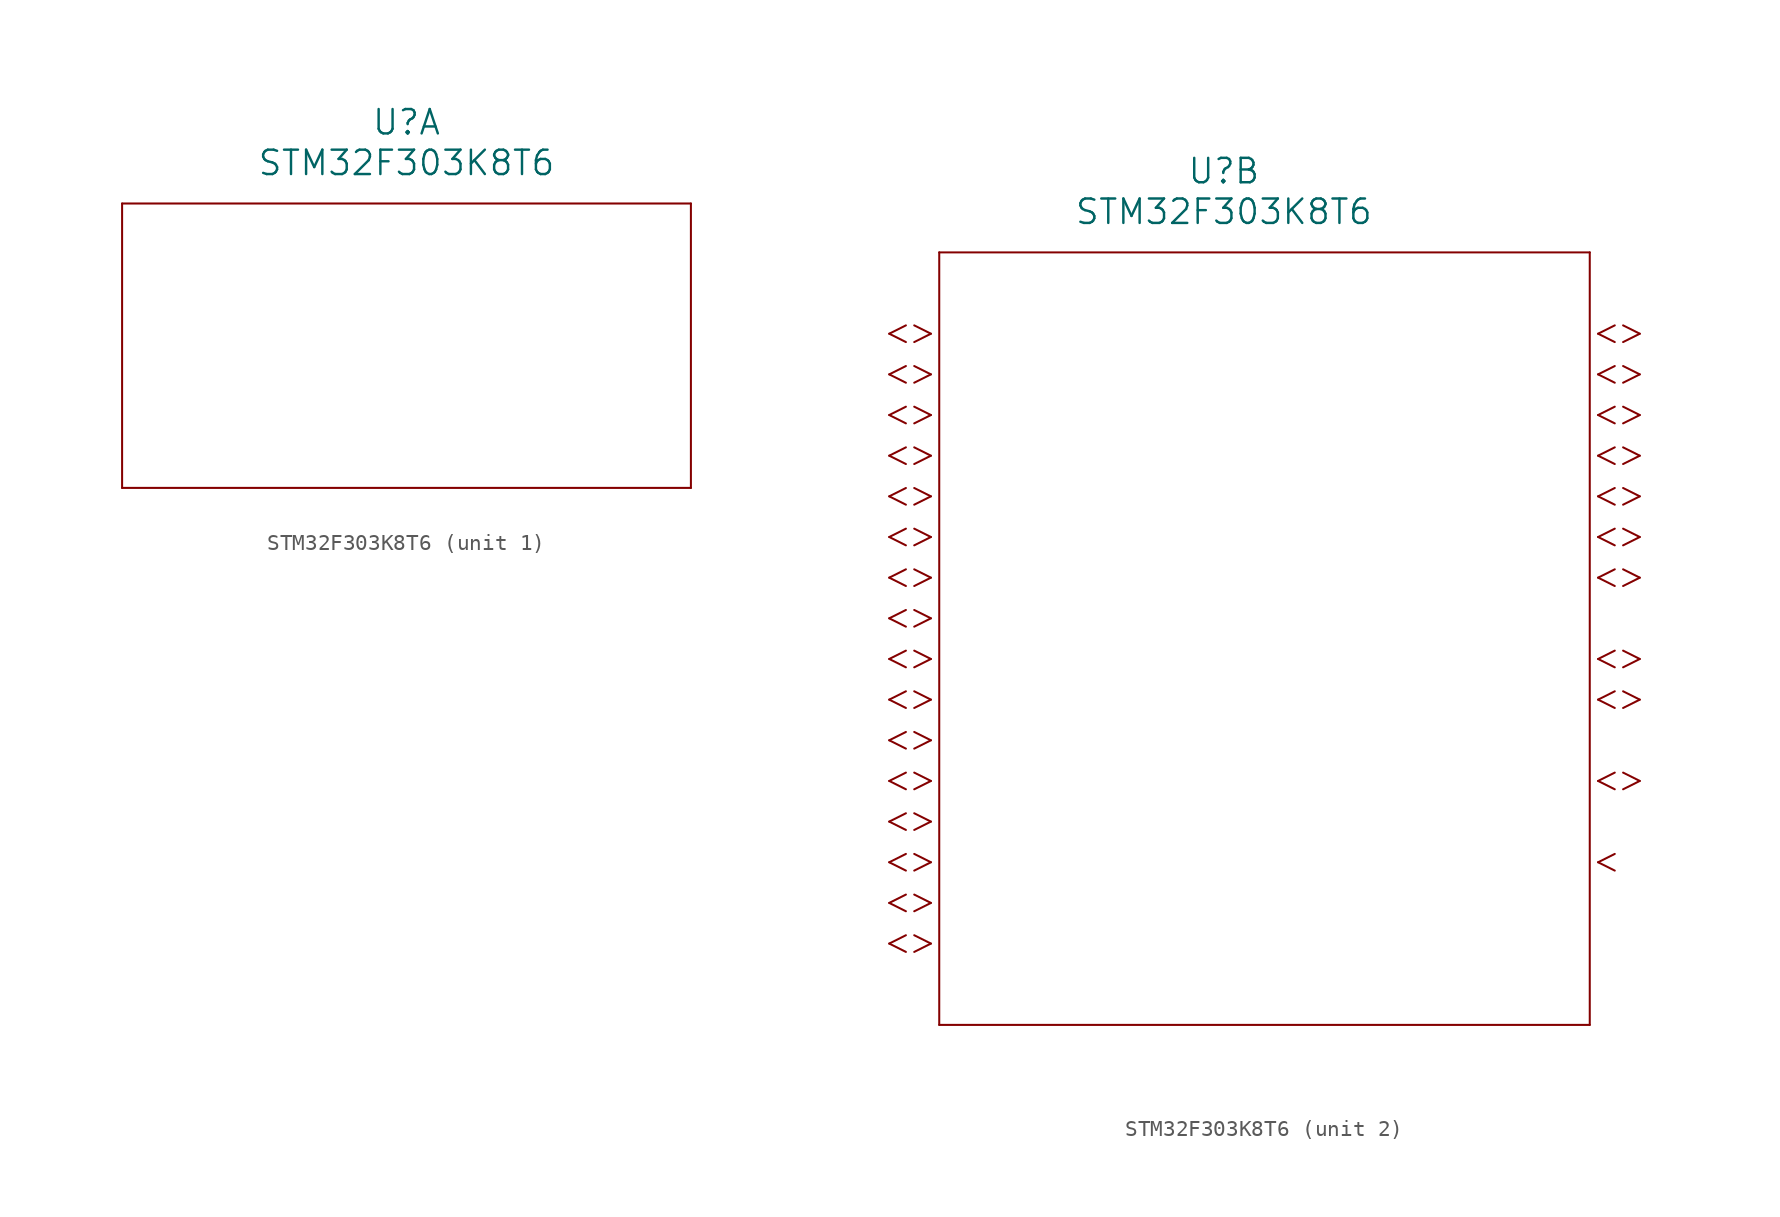
<source format=kicad_sym>
(kicad_symbol_lib
  (version 20211014)
  (generator kicad_symbol_editor)
  (symbol "STM32F303K8T6"
    (pin_names
      (offset 0.254))
    (property "Reference" "U"
      (at 25.4 10.16 0)
      (effects (font (size 1.524 1.524))))
    (property "Value" "STM32F303K8T6"
      (at 25.4 7.62 0)
      (effects (font (size 1.524 1.524))))
    (symbol "STM32F303K8T6_1_1"
      (polyline (pts (xy 7.62 5.08) (xy 7.62 -12.7)) (stroke (width 0.127) (type default) (color 0 0 0 0)) (fill (type none)))
      (polyline (pts (xy 7.62 -12.7) (xy 43.18 -12.7)) (stroke (width 0.127) (type default) (color 0 0 0 0)) (fill (type none)))
      (polyline (pts (xy 43.18 -12.7) (xy 43.18 5.08)) (stroke (width 0.127) (type default) (color 0 0 0 0)) (fill (type none)))
      (polyline (pts (xy 43.18 5.08) (xy 7.62 5.08)) (stroke (width 0.127) (type default) (color 0 0 0 0)) (fill (type none))))
    (symbol "STM32F303K8T6_2_1"
      (polyline (pts (xy 7.099 0) (xy 6.058 0.521)) (stroke (width 0.127) (type default) (color 0 0 0 0)) (fill (type none)))
      (polyline (pts (xy 7.099 0) (xy 6.058 -0.521)) (stroke (width 0.127) (type default) (color 0 0 0 0)) (fill (type none)))
      (polyline (pts (xy 5.537 0.521) (xy 4.496 0)) (stroke (width 0.127) (type default) (color 0 0 0 0)) (fill (type none)))
      (polyline (pts (xy 5.537 -0.521) (xy 4.496 0)) (stroke (width 0.127) (type default) (color 0 0 0 0)) (fill (type none)))
      (polyline (pts (xy 7.099 -2.54) (xy 6.058 -2.019)) (stroke (width 0.127) (type default) (color 0 0 0 0)) (fill (type none)))
      (polyline (pts (xy 7.099 -2.54) (xy 6.058 -3.061)) (stroke (width 0.127) (type default) (color 0 0 0 0)) (fill (type none)))
      (polyline (pts (xy 5.537 -2.019) (xy 4.496 -2.54)) (stroke (width 0.127) (type default) (color 0 0 0 0)) (fill (type none)))
      (polyline (pts (xy 5.537 -3.061) (xy 4.496 -2.54)) (stroke (width 0.127) (type default) (color 0 0 0 0)) (fill (type none)))
      (polyline (pts (xy 7.099 -5.08) (xy 6.058 -4.559)) (stroke (width 0.127) (type default) (color 0 0 0 0)) (fill (type none)))
      (polyline (pts (xy 7.099 -5.08) (xy 6.058 -5.601)) (stroke (width 0.127) (type default) (color 0 0 0 0)) (fill (type none)))
      (polyline (pts (xy 5.537 -4.559) (xy 4.496 -5.08)) (stroke (width 0.127) (type default) (color 0 0 0 0)) (fill (type none)))
      (polyline (pts (xy 5.537 -5.601) (xy 4.496 -5.08)) (stroke (width 0.127) (type default) (color 0 0 0 0)) (fill (type none)))
      (polyline (pts (xy 7.099 -7.62) (xy 6.058 -7.099)) (stroke (width 0.127) (type default) (color 0 0 0 0)) (fill (type none)))
      (polyline (pts (xy 7.099 -7.62) (xy 6.058 -8.141)) (stroke (width 0.127) (type default) (color 0 0 0 0)) (fill (type none)))
      (polyline (pts (xy 5.537 -7.099) (xy 4.496 -7.62)) (stroke (width 0.127) (type default) (color 0 0 0 0)) (fill (type none)))
      (polyline (pts (xy 5.537 -8.141) (xy 4.496 -7.62)) (stroke (width 0.127) (type default) (color 0 0 0 0)) (fill (type none)))
      (polyline (pts (xy 7.099 -10.16) (xy 6.058 -9.639)) (stroke (width 0.127) (type default) (color 0 0 0 0)) (fill (type none)))
      (polyline (pts (xy 7.099 -10.16) (xy 6.058 -10.681)) (stroke (width 0.127) (type default) (color 0 0 0 0)) (fill (type none)))
      (polyline (pts (xy 5.537 -9.639) (xy 4.496 -10.16)) (stroke (width 0.127) (type default) (color 0 0 0 0)) (fill (type none)))
      (polyline (pts (xy 5.537 -10.681) (xy 4.496 -10.16)) (stroke (width 0.127) (type default) (color 0 0 0 0)) (fill (type none)))
      (polyline (pts (xy 7.099 -12.7) (xy 6.058 -12.179)) (stroke (width 0.127) (type default) (color 0 0 0 0)) (fill (type none)))
      (polyline (pts (xy 7.099 -12.7) (xy 6.058 -13.221)) (stroke (width 0.127) (type default) (color 0 0 0 0)) (fill (type none)))
      (polyline (pts (xy 5.537 -12.179) (xy 4.496 -12.7)) (stroke (width 0.127) (type default) (color 0 0 0 0)) (fill (type none)))
      (polyline (pts (xy 5.537 -13.221) (xy 4.496 -12.7)) (stroke (width 0.127) (type default) (color 0 0 0 0)) (fill (type none)))
      (polyline (pts (xy 7.099 -15.24) (xy 6.058 -14.719)) (stroke (width 0.127) (type default) (color 0 0 0 0)) (fill (type none)))
      (polyline (pts (xy 7.099 -15.24) (xy 6.058 -15.761)) (stroke (width 0.127) (type default) (color 0 0 0 0)) (fill (type none)))
      (polyline (pts (xy 5.537 -14.719) (xy 4.496 -15.24)) (stroke (width 0.127) (type default) (color 0 0 0 0)) (fill (type none)))
      (polyline (pts (xy 5.537 -15.761) (xy 4.496 -15.24)) (stroke (width 0.127) (type default) (color 0 0 0 0)) (fill (type none)))
      (polyline (pts (xy 7.099 -17.78) (xy 6.058 -17.259)) (stroke (width 0.127) (type default) (color 0 0 0 0)) (fill (type none)))
      (polyline (pts (xy 7.099 -17.78) (xy 6.058 -18.301)) (stroke (width 0.127) (type default) (color 0 0 0 0)) (fill (type none)))
      (polyline (pts (xy 5.537 -17.259) (xy 4.496 -17.78)) (stroke (width 0.127) (type default) (color 0 0 0 0)) (fill (type none)))
      (polyline (pts (xy 5.537 -18.301) (xy 4.496 -17.78)) (stroke (width 0.127) (type default) (color 0 0 0 0)) (fill (type none)))
      (polyline (pts (xy 7.099 -20.32) (xy 6.058 -19.799)) (stroke (width 0.127) (type default) (color 0 0 0 0)) (fill (type none)))
      (polyline (pts (xy 7.099 -20.32) (xy 6.058 -20.841)) (stroke (width 0.127) (type default) (color 0 0 0 0)) (fill (type none)))
      (polyline (pts (xy 5.537 -19.799) (xy 4.496 -20.32)) (stroke (width 0.127) (type default) (color 0 0 0 0)) (fill (type none)))
      (polyline (pts (xy 5.537 -20.841) (xy 4.496 -20.32)) (stroke (width 0.127) (type default) (color 0 0 0 0)) (fill (type none)))
      (polyline (pts (xy 7.099 -22.86) (xy 6.058 -22.339)) (stroke (width 0.127) (type default) (color 0 0 0 0)) (fill (type none)))
      (polyline (pts (xy 7.099 -22.86) (xy 6.058 -23.381)) (stroke (width 0.127) (type default) (color 0 0 0 0)) (fill (type none)))
      (polyline (pts (xy 5.537 -22.339) (xy 4.496 -22.86)) (stroke (width 0.127) (type default) (color 0 0 0 0)) (fill (type none)))
      (polyline (pts (xy 5.537 -23.381) (xy 4.496 -22.86)) (stroke (width 0.127) (type default) (color 0 0 0 0)) (fill (type none)))
      (polyline (pts (xy 7.099 -25.4) (xy 6.058 -24.879)) (stroke (width 0.127) (type default) (color 0 0 0 0)) (fill (type none)))
      (polyline (pts (xy 7.099 -25.4) (xy 6.058 -25.921)) (stroke (width 0.127) (type default) (color 0 0 0 0)) (fill (type none)))
      (polyline (pts (xy 5.537 -24.879) (xy 4.496 -25.4)) (stroke (width 0.127) (type default) (color 0 0 0 0)) (fill (type none)))
      (polyline (pts (xy 5.537 -25.921) (xy 4.496 -25.4)) (stroke (width 0.127) (type default) (color 0 0 0 0)) (fill (type none)))
      (polyline (pts (xy 7.099 -27.94) (xy 6.058 -27.419)) (stroke (width 0.127) (type default) (color 0 0 0 0)) (fill (type none)))
      (polyline (pts (xy 7.099 -27.94) (xy 6.058 -28.461)) (stroke (width 0.127) (type default) (color 0 0 0 0)) (fill (type none)))
      (polyline (pts (xy 5.537 -27.419) (xy 4.496 -27.94)) (stroke (width 0.127) (type default) (color 0 0 0 0)) (fill (type none)))
      (polyline (pts (xy 5.537 -28.461) (xy 4.496 -27.94)) (stroke (width 0.127) (type default) (color 0 0 0 0)) (fill (type none)))
      (polyline (pts (xy 7.099 -30.48) (xy 6.058 -29.959)) (stroke (width 0.127) (type default) (color 0 0 0 0)) (fill (type none)))
      (polyline (pts (xy 7.099 -30.48) (xy 6.058 -31.001)) (stroke (width 0.127) (type default) (color 0 0 0 0)) (fill (type none)))
      (polyline (pts (xy 5.537 -29.959) (xy 4.496 -30.48)) (stroke (width 0.127) (type default) (color 0 0 0 0)) (fill (type none)))
      (polyline (pts (xy 5.537 -31.001) (xy 4.496 -30.48)) (stroke (width 0.127) (type default) (color 0 0 0 0)) (fill (type none)))
      (polyline (pts (xy 7.099 -33.02) (xy 6.058 -32.499)) (stroke (width 0.127) (type default) (color 0 0 0 0)) (fill (type none)))
      (polyline (pts (xy 7.099 -33.02) (xy 6.058 -33.541)) (stroke (width 0.127) (type default) (color 0 0 0 0)) (fill (type none)))
      (polyline (pts (xy 5.537 -32.499) (xy 4.496 -33.02)) (stroke (width 0.127) (type default) (color 0 0 0 0)) (fill (type none)))
      (polyline (pts (xy 5.537 -33.541) (xy 4.496 -33.02)) (stroke (width 0.127) (type default) (color 0 0 0 0)) (fill (type none)))
      (polyline (pts (xy 7.099 -35.56) (xy 6.058 -35.039)) (stroke (width 0.127) (type default) (color 0 0 0 0)) (fill (type none)))
      (polyline (pts (xy 7.099 -35.56) (xy 6.058 -36.081)) (stroke (width 0.127) (type default) (color 0 0 0 0)) (fill (type none)))
      (polyline (pts (xy 5.537 -35.039) (xy 4.496 -35.56)) (stroke (width 0.127) (type default) (color 0 0 0 0)) (fill (type none)))
      (polyline (pts (xy 5.537 -36.081) (xy 4.496 -35.56)) (stroke (width 0.127) (type default) (color 0 0 0 0)) (fill (type none)))
      (polyline (pts (xy 7.099 -38.1) (xy 6.058 -37.579)) (stroke (width 0.127) (type default) (color 0 0 0 0)) (fill (type none)))
      (polyline (pts (xy 7.099 -38.1) (xy 6.058 -38.621)) (stroke (width 0.127) (type default) (color 0 0 0 0)) (fill (type none)))
      (polyline (pts (xy 5.537 -37.579) (xy 4.496 -38.1)) (stroke (width 0.127) (type default) (color 0 0 0 0)) (fill (type none)))
      (polyline (pts (xy 5.537 -38.621) (xy 4.496 -38.1)) (stroke (width 0.127) (type default) (color 0 0 0 0)) (fill (type none)))
      (polyline (pts (xy 48.781 0) (xy 49.822 0.521)) (stroke (width 0.127) (type default) (color 0 0 0 0)) (fill (type none)))
      (polyline (pts (xy 48.781 0) (xy 49.822 -0.521)) (stroke (width 0.127) (type default) (color 0 0 0 0)) (fill (type none)))
      (polyline (pts (xy 50.343 0.521) (xy 51.384 0)) (stroke (width 0.127) (type default) (color 0 0 0 0)) (fill (type none)))
      (polyline (pts (xy 50.343 -0.521) (xy 51.384 0)) (stroke (width 0.127) (type default) (color 0 0 0 0)) (fill (type none)))
      (polyline (pts (xy 48.781 -2.54) (xy 49.822 -2.019)) (stroke (width 0.127) (type default) (color 0 0 0 0)) (fill (type none)))
      (polyline (pts (xy 48.781 -2.54) (xy 49.822 -3.061)) (stroke (width 0.127) (type default) (color 0 0 0 0)) (fill (type none)))
      (polyline (pts (xy 50.343 -2.019) (xy 51.384 -2.54)) (stroke (width 0.127) (type default) (color 0 0 0 0)) (fill (type none)))
      (polyline (pts (xy 50.343 -3.061) (xy 51.384 -2.54)) (stroke (width 0.127) (type default) (color 0 0 0 0)) (fill (type none)))
      (polyline (pts (xy 48.781 -5.08) (xy 49.822 -4.559)) (stroke (width 0.127) (type default) (color 0 0 0 0)) (fill (type none)))
      (polyline (pts (xy 48.781 -5.08) (xy 49.822 -5.601)) (stroke (width 0.127) (type default) (color 0 0 0 0)) (fill (type none)))
      (polyline (pts (xy 50.343 -4.559) (xy 51.384 -5.08)) (stroke (width 0.127) (type default) (color 0 0 0 0)) (fill (type none)))
      (polyline (pts (xy 50.343 -5.601) (xy 51.384 -5.08)) (stroke (width 0.127) (type default) (color 0 0 0 0)) (fill (type none)))
      (polyline (pts (xy 48.781 -7.62) (xy 49.822 -7.099)) (stroke (width 0.127) (type default) (color 0 0 0 0)) (fill (type none)))
      (polyline (pts (xy 48.781 -7.62) (xy 49.822 -8.141)) (stroke (width 0.127) (type default) (color 0 0 0 0)) (fill (type none)))
      (polyline (pts (xy 50.343 -7.099) (xy 51.384 -7.62)) (stroke (width 0.127) (type default) (color 0 0 0 0)) (fill (type none)))
      (polyline (pts (xy 50.343 -8.141) (xy 51.384 -7.62)) (stroke (width 0.127) (type default) (color 0 0 0 0)) (fill (type none)))
      (polyline (pts (xy 48.781 -10.16) (xy 49.822 -9.639)) (stroke (width 0.127) (type default) (color 0 0 0 0)) (fill (type none)))
      (polyline (pts (xy 48.781 -10.16) (xy 49.822 -10.681)) (stroke (width 0.127) (type default) (color 0 0 0 0)) (fill (type none)))
      (polyline (pts (xy 50.343 -9.639) (xy 51.384 -10.16)) (stroke (width 0.127) (type default) (color 0 0 0 0)) (fill (type none)))
      (polyline (pts (xy 50.343 -10.681) (xy 51.384 -10.16)) (stroke (width 0.127) (type default) (color 0 0 0 0)) (fill (type none)))
      (polyline (pts (xy 48.781 -12.7) (xy 49.822 -12.179)) (stroke (width 0.127) (type default) (color 0 0 0 0)) (fill (type none)))
      (polyline (pts (xy 48.781 -12.7) (xy 49.822 -13.221)) (stroke (width 0.127) (type default) (color 0 0 0 0)) (fill (type none)))
      (polyline (pts (xy 50.343 -12.179) (xy 51.384 -12.7)) (stroke (width 0.127) (type default) (color 0 0 0 0)) (fill (type none)))
      (polyline (pts (xy 50.343 -13.221) (xy 51.384 -12.7)) (stroke (width 0.127) (type default) (color 0 0 0 0)) (fill (type none)))
      (polyline (pts (xy 48.781 -15.24) (xy 49.822 -14.719)) (stroke (width 0.127) (type default) (color 0 0 0 0)) (fill (type none)))
      (polyline (pts (xy 48.781 -15.24) (xy 49.822 -15.761)) (stroke (width 0.127) (type default) (color 0 0 0 0)) (fill (type none)))
      (polyline (pts (xy 50.343 -14.719) (xy 51.384 -15.24)) (stroke (width 0.127) (type default) (color 0 0 0 0)) (fill (type none)))
      (polyline (pts (xy 50.343 -15.761) (xy 51.384 -15.24)) (stroke (width 0.127) (type default) (color 0 0 0 0)) (fill (type none)))
      (polyline (pts (xy 48.781 -20.32) (xy 49.822 -19.799)) (stroke (width 0.127) (type default) (color 0 0 0 0)) (fill (type none)))
      (polyline (pts (xy 48.781 -20.32) (xy 49.822 -20.841)) (stroke (width 0.127) (type default) (color 0 0 0 0)) (fill (type none)))
      (polyline (pts (xy 50.343 -19.799) (xy 51.384 -20.32)) (stroke (width 0.127) (type default) (color 0 0 0 0)) (fill (type none)))
      (polyline (pts (xy 50.343 -20.841) (xy 51.384 -20.32)) (stroke (width 0.127) (type default) (color 0 0 0 0)) (fill (type none)))
      (polyline (pts (xy 48.781 -22.86) (xy 49.822 -22.339)) (stroke (width 0.127) (type default) (color 0 0 0 0)) (fill (type none)))
      (polyline (pts (xy 48.781 -22.86) (xy 49.822 -23.381)) (stroke (width 0.127) (type default) (color 0 0 0 0)) (fill (type none)))
      (polyline (pts (xy 50.343 -22.339) (xy 51.384 -22.86)) (stroke (width 0.127) (type default) (color 0 0 0 0)) (fill (type none)))
      (polyline (pts (xy 50.343 -23.381) (xy 51.384 -22.86)) (stroke (width 0.127) (type default) (color 0 0 0 0)) (fill (type none)))
      (polyline (pts (xy 48.781 -27.94) (xy 49.822 -27.419)) (stroke (width 0.127) (type default) (color 0 0 0 0)) (fill (type none)))
      (polyline (pts (xy 48.781 -27.94) (xy 49.822 -28.461)) (stroke (width 0.127) (type default) (color 0 0 0 0)) (fill (type none)))
      (polyline (pts (xy 50.343 -27.419) (xy 51.384 -27.94)) (stroke (width 0.127) (type default) (color 0 0 0 0)) (fill (type none)))
      (polyline (pts (xy 50.343 -28.461) (xy 51.384 -27.94)) (stroke (width 0.127) (type default) (color 0 0 0 0)) (fill (type none)))
      (polyline (pts (xy 48.781 -33.02) (xy 49.822 -32.499)) (stroke (width 0.127) (type default) (color 0 0 0 0)) (fill (type none)))
      (polyline (pts (xy 48.781 -33.02) (xy 49.822 -33.541)) (stroke (width 0.127) (type default) (color 0 0 0 0)) (fill (type none)))
      (polyline (pts (xy 7.62 5.08) (xy 7.62 -43.18)) (stroke (width 0.127) (type default) (color 0 0 0 0)) (fill (type none)))
      (polyline (pts (xy 7.62 -43.18) (xy 48.26 -43.18)) (stroke (width 0.127) (type default) (color 0 0 0 0)) (fill (type none)))
      (polyline (pts (xy 48.26 -43.18) (xy 48.26 5.08)) (stroke (width 0.127) (type default) (color 0 0 0 0)) (fill (type none)))
      (polyline (pts (xy 48.26 5.08) (xy 7.62 5.08)) (stroke (width 0.127) (type default) (color 0 0 0 0)) (fill (type none))))))
</source>
